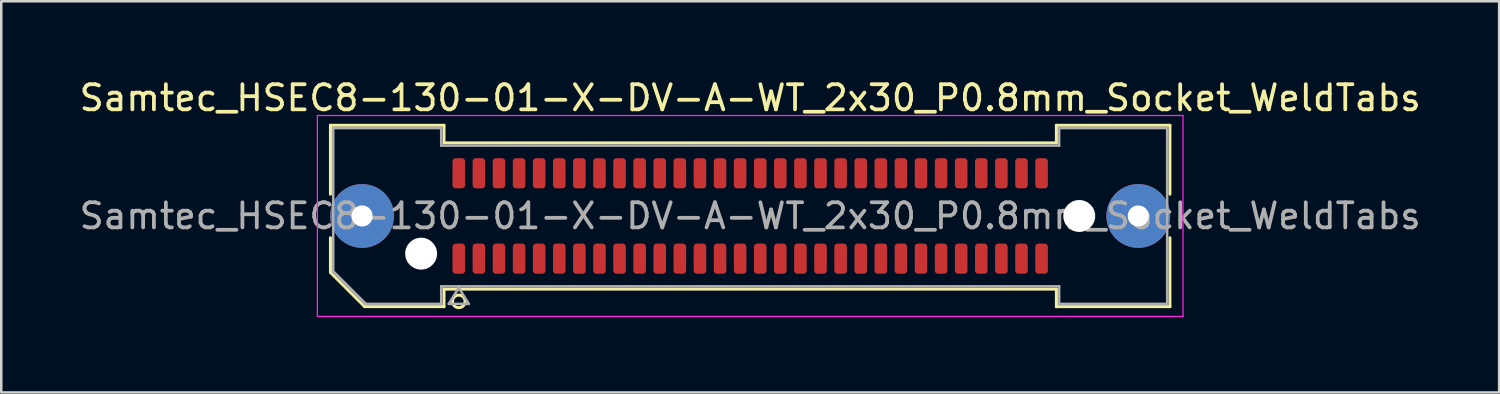
<source format=kicad_pcb>
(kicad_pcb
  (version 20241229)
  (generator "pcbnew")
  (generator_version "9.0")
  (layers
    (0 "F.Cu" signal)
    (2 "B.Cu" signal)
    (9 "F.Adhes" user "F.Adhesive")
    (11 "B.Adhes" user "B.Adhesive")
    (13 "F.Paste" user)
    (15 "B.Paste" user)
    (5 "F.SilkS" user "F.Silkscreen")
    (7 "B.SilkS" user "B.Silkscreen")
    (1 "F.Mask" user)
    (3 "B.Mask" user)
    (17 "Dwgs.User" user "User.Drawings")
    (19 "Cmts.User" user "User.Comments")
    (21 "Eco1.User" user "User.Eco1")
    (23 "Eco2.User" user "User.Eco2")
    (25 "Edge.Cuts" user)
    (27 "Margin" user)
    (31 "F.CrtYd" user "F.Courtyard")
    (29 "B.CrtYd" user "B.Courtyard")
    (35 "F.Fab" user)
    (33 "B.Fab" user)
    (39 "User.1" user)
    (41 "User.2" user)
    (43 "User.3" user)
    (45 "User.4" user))
  (footprint "Samtec_HSEC8-130-01-X-DV-A-WT_2x30_P0.8mm_Socket_WeldTabs"
    (layer "F.Cu")
    (at 26.815 5.548)
    (property "Reference" "Samtec_HSEC8-130-01-X-DV-A-WT_2x30_P0.8mm_Socket_WeldTabs" (at 0 -4.7 0) (layer "F.SilkS") (effects (font (size 1 1) (thickness 0.15))))
    (attr smd)
    (fp_line (start -16.71 -3.61) (end -12.19 -3.61) (stroke (width 0.12) (type solid)) (layer "F.SilkS"))
    (fp_line (start -16.71 -0.868) (end -16.71 -3.61) (stroke (width 0.12) (type solid)) (layer "F.SilkS"))
    (fp_line (start -16.71 2.246) (end -16.71 0.868) (stroke (width 0.12) (type solid)) (layer "F.SilkS"))
    (fp_line (start -15.346 3.61) (end -16.71 2.246) (stroke (width 0.12) (type solid)) (layer "F.SilkS"))
    (fp_line (start -12.19 -3.61) (end -12.19 -2.91) (stroke (width 0.12) (type solid)) (layer "F.SilkS"))
    (fp_line (start -12.19 -2.91) (end 12.19 -2.91) (stroke (width 0.12) (type solid)) (layer "F.SilkS"))
    (fp_line (start -12.19 2.91) (end -12.19 3.61) (stroke (width 0.12) (type solid)) (layer "F.SilkS"))
    (fp_line (start -12.19 3.61) (end -15.346 3.61) (stroke (width 0.12) (type solid)) (layer "F.SilkS"))
    (fp_line (start 12.19 -3.61) (end 16.71 -3.61) (stroke (width 0.12) (type solid)) (layer "F.SilkS"))
    (fp_line (start 12.19 -2.91) (end 12.19 -3.61) (stroke (width 0.12) (type solid)) (layer "F.SilkS"))
    (fp_line (start 12.19 2.91) (end -12.19 2.91) (stroke (width 0.12) (type solid)) (layer "F.SilkS"))
    (fp_line (start 12.19 3.61) (end 12.19 2.91) (stroke (width 0.12) (type solid)) (layer "F.SilkS"))
    (fp_line (start 16.71 -3.61) (end 16.71 -0.868) (stroke (width 0.12) (type solid)) (layer "F.SilkS"))
    (fp_line (start 16.71 0.868) (end 16.71 3.61) (stroke (width 0.12) (type solid)) (layer "F.SilkS"))
    (fp_line (start 16.71 3.61) (end 12.19 3.61) (stroke (width 0.12) (type solid)) (layer "F.SilkS"))
    (fp_arc (start -11.35 3.4) (mid -11.85 3.4) (end -11.35 3.4) (stroke (width 0.12) (type solid)) (layer "F.SilkS"))
    (fp_line (start -17.23 -4) (end -17.23 4) (stroke (width 0.05) (type solid)) (layer "F.CrtYd"))
    (fp_line (start -17.23 4) (end 17.23 4) (stroke (width 0.05) (type solid)) (layer "F.CrtYd"))
    (fp_line (start 17.23 -4) (end -17.23 -4) (stroke (width 0.05) (type solid)) (layer "F.CrtYd"))
    (fp_line (start 17.23 4) (end 17.23 -4) (stroke (width 0.05) (type solid)) (layer "F.CrtYd"))
    (fp_line (start -16.6 -3.5) (end -12.3 -3.5) (stroke (width 0.1) (type solid)) (layer "F.Fab"))
    (fp_line (start -16.6 2.2) (end -16.6 -3.5) (stroke (width 0.1) (type solid)) (layer "F.Fab"))
    (fp_line (start -15.3 3.5) (end -16.6 2.2) (stroke (width 0.1) (type solid)) (layer "F.Fab"))
    (fp_line (start -12.3 -3.5) (end -12.3 -2.8) (stroke (width 0.1) (type solid)) (layer "F.Fab"))
    (fp_line (start -12.3 -2.8) (end 12.3 -2.8) (stroke (width 0.1) (type solid)) (layer "F.Fab"))
    (fp_line (start -12.3 2.8) (end -12.3 3.5) (stroke (width 0.1) (type solid)) (layer "F.Fab"))
    (fp_line (start -12.3 3.5) (end -15.3 3.5) (stroke (width 0.1) (type solid)) (layer "F.Fab"))
    (fp_line (start -12 3.5) (end -11.6 2.86) (stroke (width 0.1) (type solid)) (layer "F.Fab"))
    (fp_line (start -11.6 2.86) (end -11.2 3.5) (stroke (width 0.1) (type solid)) (layer "F.Fab"))
    (fp_line (start -11.2 3.5) (end -12 3.5) (stroke (width 0.1) (type solid)) (layer "F.Fab"))
    (fp_line (start 12.3 -3.5) (end 16.6 -3.5) (stroke (width 0.1) (type solid)) (layer "F.Fab"))
    (fp_line (start 12.3 -2.8) (end 12.3 -3.5) (stroke (width 0.1) (type solid)) (layer "F.Fab"))
    (fp_line (start 12.3 2.8) (end -12.3 2.8) (stroke (width 0.1) (type solid)) (layer "F.Fab"))
    (fp_line (start 12.3 3.5) (end 12.3 2.8) (stroke (width 0.1) (type solid)) (layer "F.Fab"))
    (fp_line (start 16.6 -3.5) (end 16.6 3.5) (stroke (width 0.1) (type solid)) (layer "F.Fab"))
    (fp_line (start 16.6 3.5) (end 12.3 3.5) (stroke (width 0.1) (type solid)) (layer "F.Fab"))
    (fp_text user "${REFERENCE}" (at 0 0 0) (layer "F.Fab") (effects (font (size 1 1) (thickness 0.15))))
    (pad "" thru_hole circle (at -15.45 0) (size 2.54 2.54) (drill 0.84) (layers "*.Cu" "*.Mask" "F.Paste"))
    (pad "" np_thru_hole circle (at -13.1 1.5) (size 1.27 1.27) (drill 1.27) (layers "*.Cu" "*.Mask"))
    (pad "" np_thru_hole circle (at 13.1 0) (size 1.27 1.27) (drill 1.27) (layers "*.Cu" "*.Mask"))
    (pad "" thru_hole circle (at 15.45 0) (size 2.54 2.54) (drill 0.84) (layers "*.Cu" "*.Mask" "F.Paste"))
    (pad "1" smd roundrect (at -11.6 1.7) (size 0.5 1.2) (layers "F.Cu" "F.Mask" "F.Paste") (roundrect_rratio 0.25))
    (pad "2" smd roundrect (at -11.6 -1.7) (size 0.5 1.2) (layers "F.Cu" "F.Mask" "F.Paste") (roundrect_rratio 0.25))
    (pad "3" smd roundrect (at -10.8 1.7) (size 0.5 1.2) (layers "F.Cu" "F.Mask" "F.Paste") (roundrect_rratio 0.25))
    (pad "4" smd roundrect (at -10.8 -1.7) (size 0.5 1.2) (layers "F.Cu" "F.Mask" "F.Paste") (roundrect_rratio 0.25))
    (pad "5" smd roundrect (at -10 1.7) (size 0.5 1.2) (layers "F.Cu" "F.Mask" "F.Paste") (roundrect_rratio 0.25))
    (pad "6" smd roundrect (at -10 -1.7) (size 0.5 1.2) (layers "F.Cu" "F.Mask" "F.Paste") (roundrect_rratio 0.25))
    (pad "7" smd roundrect (at -9.2 1.7) (size 0.5 1.2) (layers "F.Cu" "F.Mask" "F.Paste") (roundrect_rratio 0.25))
    (pad "8" smd roundrect (at -9.2 -1.7) (size 0.5 1.2) (layers "F.Cu" "F.Mask" "F.Paste") (roundrect_rratio 0.25))
    (pad "9" smd roundrect (at -8.4 1.7) (size 0.5 1.2) (layers "F.Cu" "F.Mask" "F.Paste") (roundrect_rratio 0.25))
    (pad "10" smd roundrect (at -8.4 -1.7) (size 0.5 1.2) (layers "F.Cu" "F.Mask" "F.Paste") (roundrect_rratio 0.25))
    (pad "11" smd roundrect (at -7.6 1.7) (size 0.5 1.2) (layers "F.Cu" "F.Mask" "F.Paste") (roundrect_rratio 0.25))
    (pad "12" smd roundrect (at -7.6 -1.7) (size 0.5 1.2) (layers "F.Cu" "F.Mask" "F.Paste") (roundrect_rratio 0.25))
    (pad "13" smd roundrect (at -6.8 1.7) (size 0.5 1.2) (layers "F.Cu" "F.Mask" "F.Paste") (roundrect_rratio 0.25))
    (pad "14" smd roundrect (at -6.8 -1.7) (size 0.5 1.2) (layers "F.Cu" "F.Mask" "F.Paste") (roundrect_rratio 0.25))
    (pad "15" smd roundrect (at -6 1.7) (size 0.5 1.2) (layers "F.Cu" "F.Mask" "F.Paste") (roundrect_rratio 0.25))
    (pad "16" smd roundrect (at -6 -1.7) (size 0.5 1.2) (layers "F.Cu" "F.Mask" "F.Paste") (roundrect_rratio 0.25))
    (pad "17" smd roundrect (at -5.2 1.7) (size 0.5 1.2) (layers "F.Cu" "F.Mask" "F.Paste") (roundrect_rratio 0.25))
    (pad "18" smd roundrect (at -5.2 -1.7) (size 0.5 1.2) (layers "F.Cu" "F.Mask" "F.Paste") (roundrect_rratio 0.25))
    (pad "19" smd roundrect (at -4.4 1.7) (size 0.5 1.2) (layers "F.Cu" "F.Mask" "F.Paste") (roundrect_rratio 0.25))
    (pad "20" smd roundrect (at -4.4 -1.7) (size 0.5 1.2) (layers "F.Cu" "F.Mask" "F.Paste") (roundrect_rratio 0.25))
    (pad "21" smd roundrect (at -3.6 1.7) (size 0.5 1.2) (layers "F.Cu" "F.Mask" "F.Paste") (roundrect_rratio 0.25))
    (pad "22" smd roundrect (at -3.6 -1.7) (size 0.5 1.2) (layers "F.Cu" "F.Mask" "F.Paste") (roundrect_rratio 0.25))
    (pad "23" smd roundrect (at -2.8 1.7) (size 0.5 1.2) (layers "F.Cu" "F.Mask" "F.Paste") (roundrect_rratio 0.25))
    (pad "24" smd roundrect (at -2.8 -1.7) (size 0.5 1.2) (layers "F.Cu" "F.Mask" "F.Paste") (roundrect_rratio 0.25))
    (pad "25" smd roundrect (at -2 1.7) (size 0.5 1.2) (layers "F.Cu" "F.Mask" "F.Paste") (roundrect_rratio 0.25))
    (pad "26" smd roundrect (at -2 -1.7) (size 0.5 1.2) (layers "F.Cu" "F.Mask" "F.Paste") (roundrect_rratio 0.25))
    (pad "27" smd roundrect (at -1.2 1.7) (size 0.5 1.2) (layers "F.Cu" "F.Mask" "F.Paste") (roundrect_rratio 0.25))
    (pad "28" smd roundrect (at -1.2 -1.7) (size 0.5 1.2) (layers "F.Cu" "F.Mask" "F.Paste") (roundrect_rratio 0.25))
    (pad "29" smd roundrect (at -0.4 1.7) (size 0.5 1.2) (layers "F.Cu" "F.Mask" "F.Paste") (roundrect_rratio 0.25))
    (pad "30" smd roundrect (at -0.4 -1.7) (size 0.5 1.2) (layers "F.Cu" "F.Mask" "F.Paste") (roundrect_rratio 0.25))
    (pad "31" smd roundrect (at 0.4 1.7) (size 0.5 1.2) (layers "F.Cu" "F.Mask" "F.Paste") (roundrect_rratio 0.25))
    (pad "32" smd roundrect (at 0.4 -1.7) (size 0.5 1.2) (layers "F.Cu" "F.Mask" "F.Paste") (roundrect_rratio 0.25))
    (pad "33" smd roundrect (at 1.2 1.7) (size 0.5 1.2) (layers "F.Cu" "F.Mask" "F.Paste") (roundrect_rratio 0.25))
    (pad "34" smd roundrect (at 1.2 -1.7) (size 0.5 1.2) (layers "F.Cu" "F.Mask" "F.Paste") (roundrect_rratio 0.25))
    (pad "35" smd roundrect (at 2 1.7) (size 0.5 1.2) (layers "F.Cu" "F.Mask" "F.Paste") (roundrect_rratio 0.25))
    (pad "36" smd roundrect (at 2 -1.7) (size 0.5 1.2) (layers "F.Cu" "F.Mask" "F.Paste") (roundrect_rratio 0.25))
    (pad "37" smd roundrect (at 2.8 1.7) (size 0.5 1.2) (layers "F.Cu" "F.Mask" "F.Paste") (roundrect_rratio 0.25))
    (pad "38" smd roundrect (at 2.8 -1.7) (size 0.5 1.2) (layers "F.Cu" "F.Mask" "F.Paste") (roundrect_rratio 0.25))
    (pad "39" smd roundrect (at 3.6 1.7) (size 0.5 1.2) (layers "F.Cu" "F.Mask" "F.Paste") (roundrect_rratio 0.25))
    (pad "40" smd roundrect (at 3.6 -1.7) (size 0.5 1.2) (layers "F.Cu" "F.Mask" "F.Paste") (roundrect_rratio 0.25))
    (pad "41" smd roundrect (at 4.4 1.7) (size 0.5 1.2) (layers "F.Cu" "F.Mask" "F.Paste") (roundrect_rratio 0.25))
    (pad "42" smd roundrect (at 4.4 -1.7) (size 0.5 1.2) (layers "F.Cu" "F.Mask" "F.Paste") (roundrect_rratio 0.25))
    (pad "43" smd roundrect (at 5.2 1.7) (size 0.5 1.2) (layers "F.Cu" "F.Mask" "F.Paste") (roundrect_rratio 0.25))
    (pad "44" smd roundrect (at 5.2 -1.7) (size 0.5 1.2) (layers "F.Cu" "F.Mask" "F.Paste") (roundrect_rratio 0.25))
    (pad "45" smd roundrect (at 6 1.7) (size 0.5 1.2) (layers "F.Cu" "F.Mask" "F.Paste") (roundrect_rratio 0.25))
    (pad "46" smd roundrect (at 6 -1.7) (size 0.5 1.2) (layers "F.Cu" "F.Mask" "F.Paste") (roundrect_rratio 0.25))
    (pad "47" smd roundrect (at 6.8 1.7) (size 0.5 1.2) (layers "F.Cu" "F.Mask" "F.Paste") (roundrect_rratio 0.25))
    (pad "48" smd roundrect (at 6.8 -1.7) (size 0.5 1.2) (layers "F.Cu" "F.Mask" "F.Paste") (roundrect_rratio 0.25))
    (pad "49" smd roundrect (at 7.6 1.7) (size 0.5 1.2) (layers "F.Cu" "F.Mask" "F.Paste") (roundrect_rratio 0.25))
    (pad "50" smd roundrect (at 7.6 -1.7) (size 0.5 1.2) (layers "F.Cu" "F.Mask" "F.Paste") (roundrect_rratio 0.25))
    (pad "51" smd roundrect (at 8.4 1.7) (size 0.5 1.2) (layers "F.Cu" "F.Mask" "F.Paste") (roundrect_rratio 0.25))
    (pad "52" smd roundrect (at 8.4 -1.7) (size 0.5 1.2) (layers "F.Cu" "F.Mask" "F.Paste") (roundrect_rratio 0.25))
    (pad "53" smd roundrect (at 9.2 1.7) (size 0.5 1.2) (layers "F.Cu" "F.Mask" "F.Paste") (roundrect_rratio 0.25))
    (pad "54" smd roundrect (at 9.2 -1.7) (size 0.5 1.2) (layers "F.Cu" "F.Mask" "F.Paste") (roundrect_rratio 0.25))
    (pad "55" smd roundrect (at 10 1.7) (size 0.5 1.2) (layers "F.Cu" "F.Mask" "F.Paste") (roundrect_rratio 0.25))
    (pad "56" smd roundrect (at 10 -1.7) (size 0.5 1.2) (layers "F.Cu" "F.Mask" "F.Paste") (roundrect_rratio 0.25))
    (pad "57" smd roundrect (at 10.8 1.7) (size 0.5 1.2) (layers "F.Cu" "F.Mask" "F.Paste") (roundrect_rratio 0.25))
    (pad "58" smd roundrect (at 10.8 -1.7) (size 0.5 1.2) (layers "F.Cu" "F.Mask" "F.Paste") (roundrect_rratio 0.25))
    (pad "59" smd roundrect (at 11.6 1.7) (size 0.5 1.2) (layers "F.Cu" "F.Mask" "F.Paste") (roundrect_rratio 0.25))
    (pad "60" smd roundrect (at 11.6 -1.7) (size 0.5 1.2) (layers "F.Cu" "F.Mask" "F.Paste") (roundrect_rratio 0.25)))
  (gr_rect
    (start -3 -3)
    (end 56.631 12.573)
    (stroke (width 0.1) (type default))
    (fill no)
    (layer "Edge.Cuts")))
</source>
